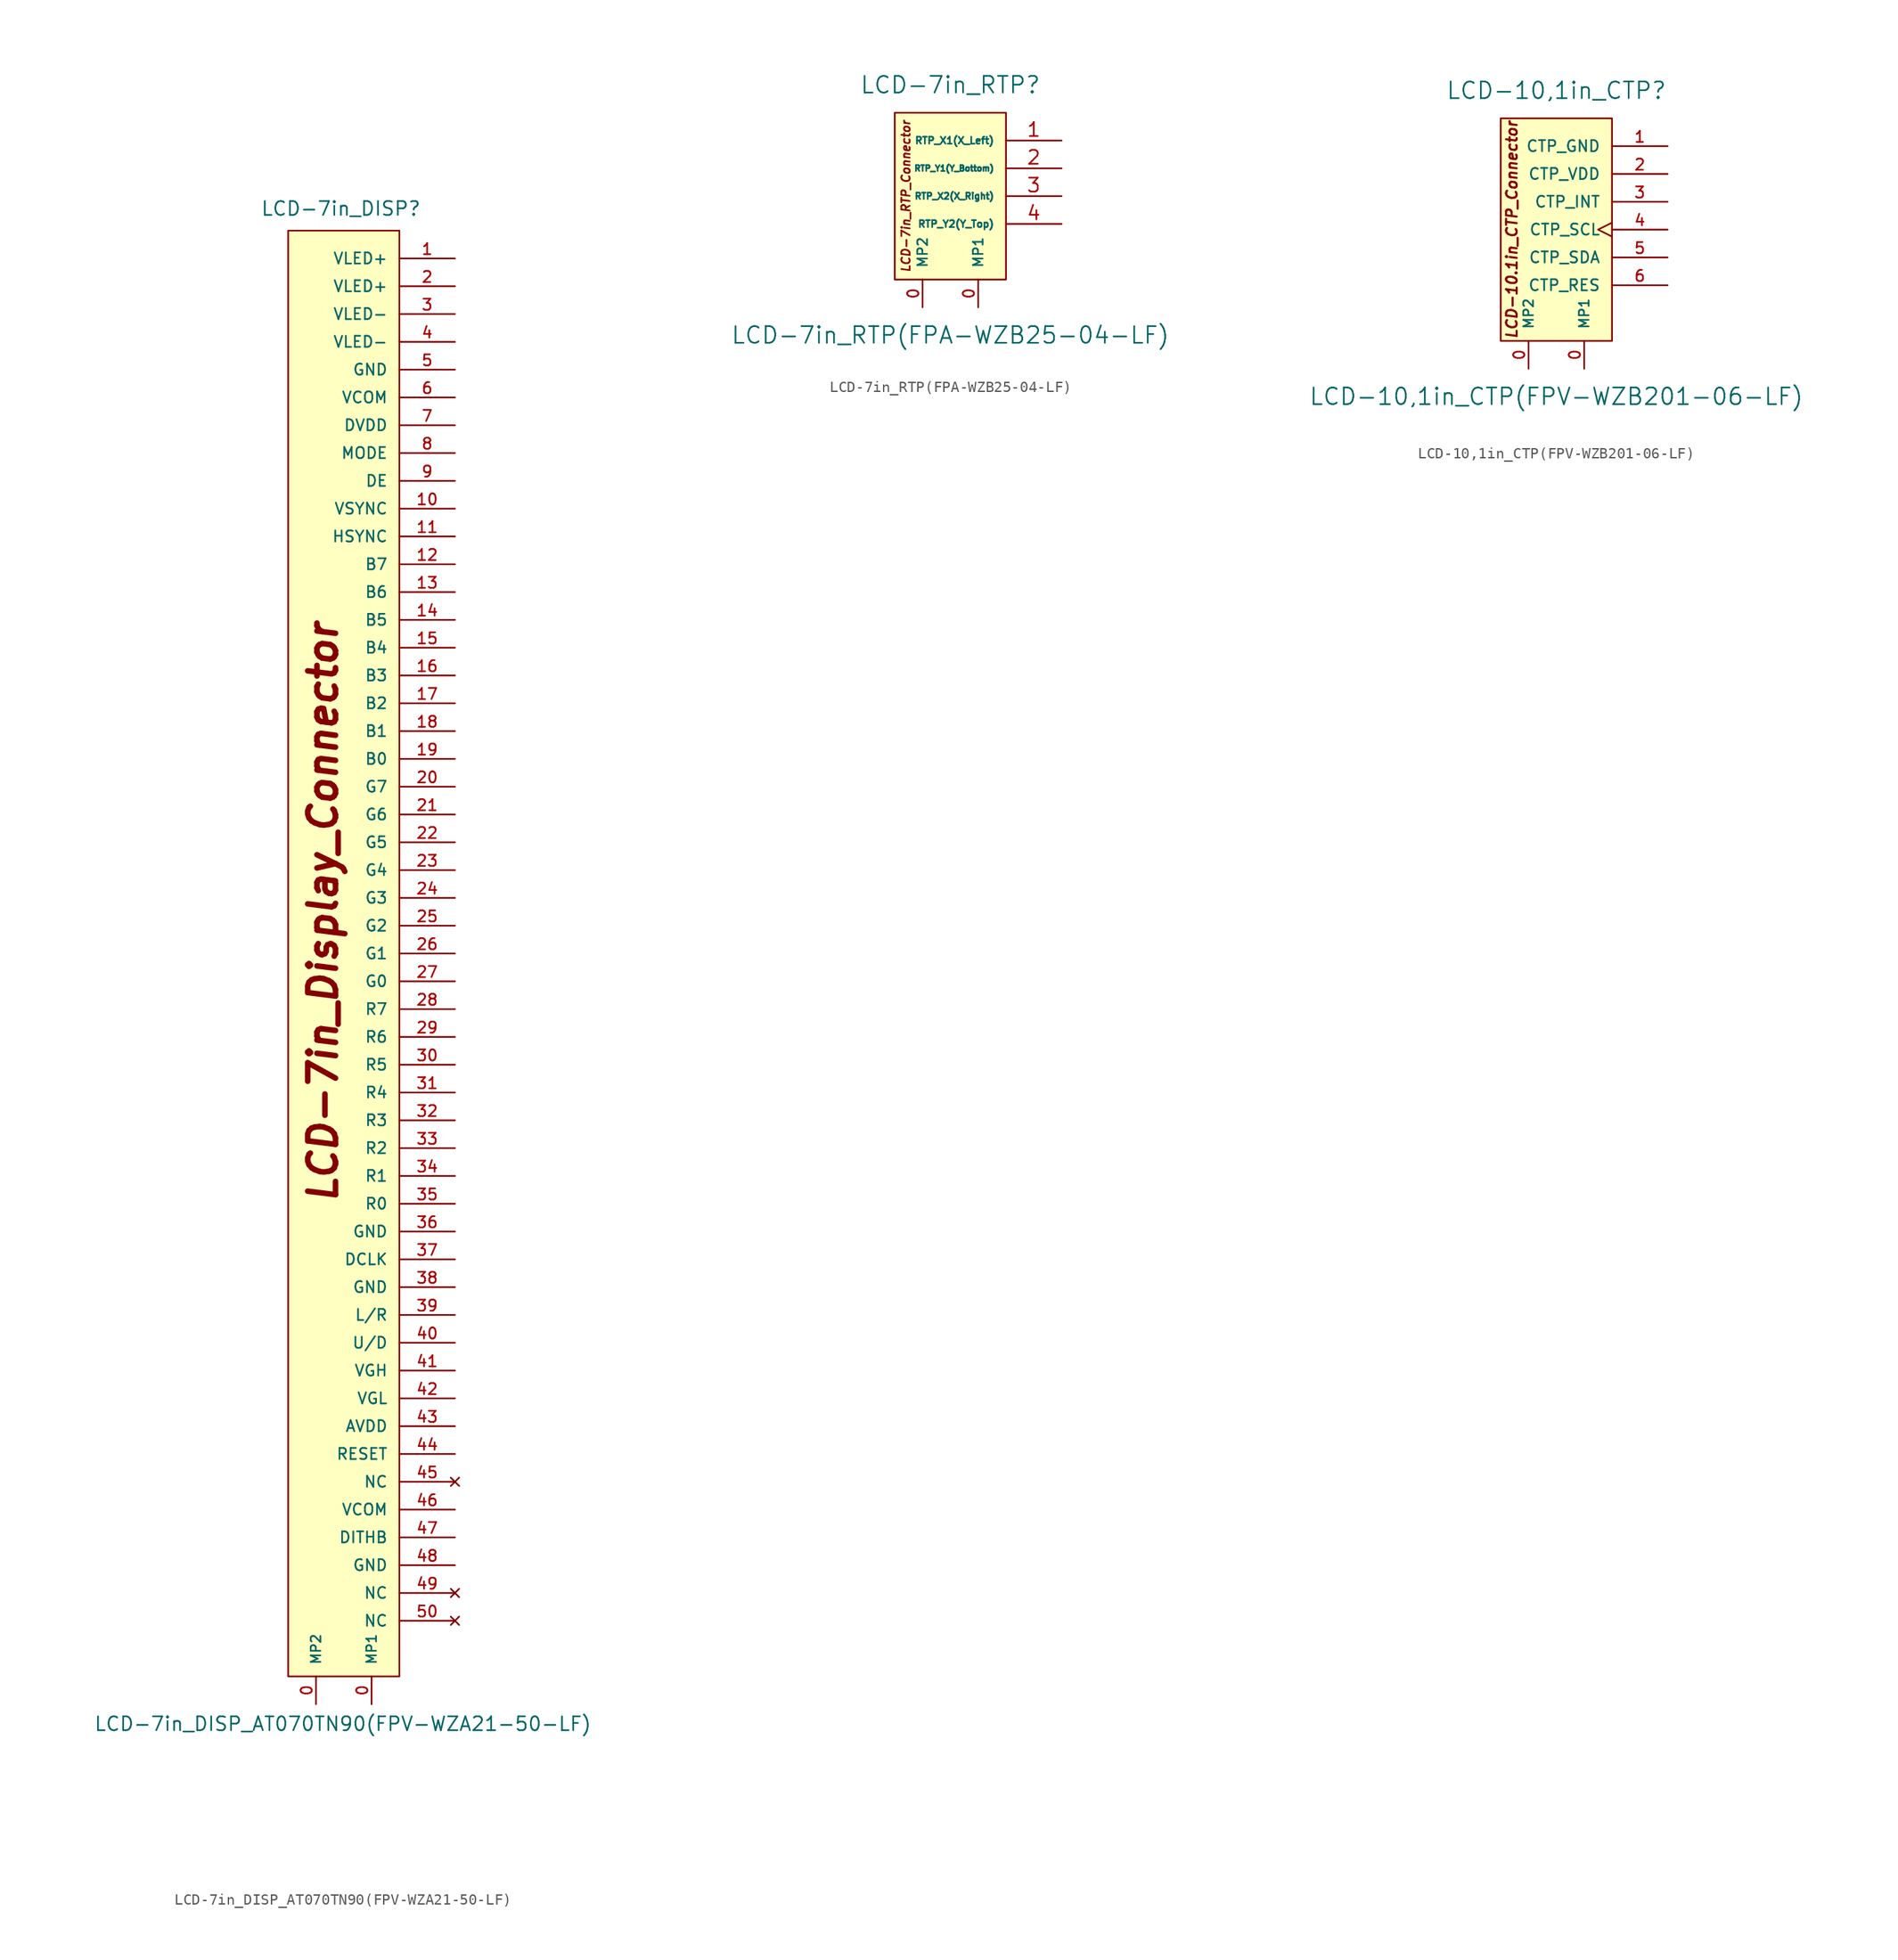
<source format=kicad_sym>
(kicad_symbol_lib
  (version 20220914)
  (generator kicad_symbol_editor)
  (symbol "LCD-7in_DISP_AT070TN90(FPV-WZA21-50-LF)"
    (pin_names
      (offset 1.016))
    (property "Reference" "LCD-7in_DISP"
      (at -7.62 67.31 0)
      (effects (font (size 1.27 1.27)) (justify left bottom)))
    (property "Value" "LCD-7in_DISP_AT070TN90(FPV-WZA21-50-LF)"
      (at -22.86 -71.12 0)
      (effects (font (size 1.27 1.27)) (justify left bottom)))
    (property "ki_locked" ""
      (at 0 0 0)
      (effects (font (size 1.27 1.27))))
    (symbol "LCD-7in_DISP_AT070TN90(FPV-WZA21-50-LF)_0_0"
      (text "LCD-7in_Display_Connector" (at -1.905 3.81 900) (effects (font (size 2.54 2.54) bold italic))))
    (symbol "LCD-7in_DISP_AT070TN90(FPV-WZA21-50-LF)_1_0"
      (rectangle (start 5.08 -66.04) (end -5.08 66.04) (stroke (width 0) (type solid)) (fill (type background))))
    (symbol "LCD-7in_DISP_AT070TN90(FPV-WZA21-50-LF)_1_1"
      (pin passive line (at 2.54 -68.58 90) (length 2.54) (name "MP1" (effects (font (size 0.889 0.889)))) (number "0" (effects (font (size 1.016 1.016)))))
      (pin passive line (at -2.54 -68.58 90) (length 2.54) (name "MP2" (effects (font (size 0.889 0.889)))) (number "0" (effects (font (size 1.016 1.016)))))
      (pin power_in line (at 10.16 63.5 180) (length 5.08) (name "VLED+" (effects (font (size 1.016 1.016)))) (number "1" (effects (font (size 1.016 1.016)))))
      (pin input line (at 10.16 40.64 180) (length 5.08) (name "VSYNC" (effects (font (size 1.016 1.016)))) (number "10" (effects (font (size 1.016 1.016)))))
      (pin input line (at 10.16 38.1 180) (length 5.08) (name "HSYNC" (effects (font (size 1.016 1.016)))) (number "11" (effects (font (size 1.016 1.016)))))
      (pin input line (at 10.16 35.56 180) (length 5.08) (name "B7" (effects (font (size 1.016 1.016)))) (number "12" (effects (font (size 1.016 1.016)))))
      (pin input line (at 10.16 33.02 180) (length 5.08) (name "B6" (effects (font (size 1.016 1.016)))) (number "13" (effects (font (size 1.016 1.016)))))
      (pin input line (at 10.16 30.48 180) (length 5.08) (name "B5" (effects (font (size 1.016 1.016)))) (number "14" (effects (font (size 1.016 1.016)))))
      (pin input line (at 10.16 27.94 180) (length 5.08) (name "B4" (effects (font (size 1.016 1.016)))) (number "15" (effects (font (size 1.016 1.016)))))
      (pin input line (at 10.16 25.4 180) (length 5.08) (name "B3" (effects (font (size 1.016 1.016)))) (number "16" (effects (font (size 1.016 1.016)))))
      (pin input line (at 10.16 22.86 180) (length 5.08) (name "B2" (effects (font (size 1.016 1.016)))) (number "17" (effects (font (size 1.016 1.016)))))
      (pin input line (at 10.16 20.32 180) (length 5.08) (name "B1" (effects (font (size 1.016 1.016)))) (number "18" (effects (font (size 1.016 1.016)))))
      (pin input line (at 10.16 17.78 180) (length 5.08) (name "B0" (effects (font (size 1.016 1.016)))) (number "19" (effects (font (size 1.016 1.016)))))
      (pin power_in line (at 10.16 60.96 180) (length 5.08) (name "VLED+" (effects (font (size 1.016 1.016)))) (number "2" (effects (font (size 1.016 1.016)))))
      (pin input line (at 10.16 15.24 180) (length 5.08) (name "G7" (effects (font (size 1.016 1.016)))) (number "20" (effects (font (size 1.016 1.016)))))
      (pin input line (at 10.16 12.7 180) (length 5.08) (name "G6" (effects (font (size 1.016 1.016)))) (number "21" (effects (font (size 1.016 1.016)))))
      (pin input line (at 10.16 10.16 180) (length 5.08) (name "G5" (effects (font (size 1.016 1.016)))) (number "22" (effects (font (size 1.016 1.016)))))
      (pin input line (at 10.16 7.62 180) (length 5.08) (name "G4" (effects (font (size 1.016 1.016)))) (number "23" (effects (font (size 1.016 1.016)))))
      (pin input line (at 10.16 5.08 180) (length 5.08) (name "G3" (effects (font (size 1.016 1.016)))) (number "24" (effects (font (size 1.016 1.016)))))
      (pin input line (at 10.16 2.54 180) (length 5.08) (name "G2" (effects (font (size 1.016 1.016)))) (number "25" (effects (font (size 1.016 1.016)))))
      (pin input line (at 10.16 0 180) (length 5.08) (name "G1" (effects (font (size 1.016 1.016)))) (number "26" (effects (font (size 1.016 1.016)))))
      (pin input line (at 10.16 -2.54 180) (length 5.08) (name "G0" (effects (font (size 1.016 1.016)))) (number "27" (effects (font (size 1.016 1.016)))))
      (pin input line (at 10.16 -5.08 180) (length 5.08) (name "R7" (effects (font (size 1.016 1.016)))) (number "28" (effects (font (size 1.016 1.016)))))
      (pin input line (at 10.16 -7.62 180) (length 5.08) (name "R6" (effects (font (size 1.016 1.016)))) (number "29" (effects (font (size 1.016 1.016)))))
      (pin power_in line (at 10.16 58.42 180) (length 5.08) (name "VLED-" (effects (font (size 1.016 1.016)))) (number "3" (effects (font (size 1.016 1.016)))))
      (pin input line (at 10.16 -10.16 180) (length 5.08) (name "R5" (effects (font (size 1.016 1.016)))) (number "30" (effects (font (size 1.016 1.016)))))
      (pin input line (at 10.16 -12.7 180) (length 5.08) (name "R4" (effects (font (size 1.016 1.016)))) (number "31" (effects (font (size 1.016 1.016)))))
      (pin input line (at 10.16 -15.24 180) (length 5.08) (name "R3" (effects (font (size 1.016 1.016)))) (number "32" (effects (font (size 1.016 1.016)))))
      (pin input line (at 10.16 -17.78 180) (length 5.08) (name "R2" (effects (font (size 1.016 1.016)))) (number "33" (effects (font (size 1.016 1.016)))))
      (pin input line (at 10.16 -20.32 180) (length 5.08) (name "R1" (effects (font (size 1.016 1.016)))) (number "34" (effects (font (size 1.016 1.016)))))
      (pin input line (at 10.16 -22.86 180) (length 5.08) (name "R0" (effects (font (size 1.016 1.016)))) (number "35" (effects (font (size 1.016 1.016)))))
      (pin power_in line (at 10.16 -25.4 180) (length 5.08) (name "GND" (effects (font (size 1.016 1.016)))) (number "36" (effects (font (size 1.016 1.016)))))
      (pin input line (at 10.16 -27.94 180) (length 5.08) (name "DCLK" (effects (font (size 1.016 1.016)))) (number "37" (effects (font (size 1.016 1.016)))))
      (pin power_in line (at 10.16 -30.48 180) (length 5.08) (name "GND" (effects (font (size 1.016 1.016)))) (number "38" (effects (font (size 1.016 1.016)))))
      (pin input line (at 10.16 -33.02 180) (length 5.08) (name "L/R" (effects (font (size 1.016 1.016)))) (number "39" (effects (font (size 1.016 1.016)))))
      (pin power_in line (at 10.16 55.88 180) (length 5.08) (name "VLED-" (effects (font (size 1.016 1.016)))) (number "4" (effects (font (size 1.016 1.016)))))
      (pin input line (at 10.16 -35.56 180) (length 5.08) (name "U/D" (effects (font (size 1.016 1.016)))) (number "40" (effects (font (size 1.016 1.016)))))
      (pin power_in line (at 10.16 -38.1 180) (length 5.08) (name "VGH" (effects (font (size 1.016 1.016)))) (number "41" (effects (font (size 1.016 1.016)))))
      (pin power_in line (at 10.16 -40.64 180) (length 5.08) (name "VGL" (effects (font (size 1.016 1.016)))) (number "42" (effects (font (size 1.016 1.016)))))
      (pin power_in line (at 10.16 -43.18 180) (length 5.08) (name "AVDD" (effects (font (size 1.016 1.016)))) (number "43" (effects (font (size 1.016 1.016)))))
      (pin input line (at 10.16 -45.72 180) (length 5.08) (name "RESET" (effects (font (size 1.016 1.016)))) (number "44" (effects (font (size 1.016 1.016)))))
      (pin no_connect line (at 10.16 -48.26 180) (length 5.08) (name "NC" (effects (font (size 1.016 1.016)))) (number "45" (effects (font (size 1.016 1.016)))))
      (pin power_in line (at 10.16 -50.8 180) (length 5.08) (name "VCOM" (effects (font (size 1.016 1.016)))) (number "46" (effects (font (size 1.016 1.016)))))
      (pin input line (at 10.16 -53.34 180) (length 5.08) (name "DITHB" (effects (font (size 1.016 1.016)))) (number "47" (effects (font (size 1.016 1.016)))))
      (pin power_in line (at 10.16 -55.88 180) (length 5.08) (name "GND" (effects (font (size 1.016 1.016)))) (number "48" (effects (font (size 1.016 1.016)))))
      (pin no_connect line (at 10.16 -58.42 180) (length 5.08) (name "NC" (effects (font (size 1.016 1.016)))) (number "49" (effects (font (size 1.016 1.016)))))
      (pin power_in line (at 10.16 53.34 180) (length 5.08) (name "GND" (effects (font (size 1.016 1.016)))) (number "5" (effects (font (size 1.016 1.016)))))
      (pin no_connect line (at 10.16 -60.96 180) (length 5.08) (name "NC" (effects (font (size 1.016 1.016)))) (number "50" (effects (font (size 1.016 1.016)))))
      (pin power_in line (at 10.16 50.8 180) (length 5.08) (name "VCOM" (effects (font (size 1.016 1.016)))) (number "6" (effects (font (size 1.016 1.016)))))
      (pin power_in line (at 10.16 48.26 180) (length 5.08) (name "DVDD" (effects (font (size 1.016 1.016)))) (number "7" (effects (font (size 1.016 1.016)))))
      (pin input line (at 10.16 45.72 180) (length 5.08) (name "MODE" (effects (font (size 1.016 1.016)))) (number "8" (effects (font (size 1.016 1.016)))))
      (pin input line (at 10.16 43.18 180) (length 5.08) (name "DE" (effects (font (size 1.016 1.016)))) (number "9" (effects (font (size 1.016 1.016)))))))
  (symbol "LCD-7in_RTP(FPA-WZB25-04-LF)"
    (pin_names
      (offset 1.016))
    (property "Reference" "LCD-7in_RTP"
      (at 0 10.16 0)
      (effects (font (size 1.524 1.524))))
    (property "Value" "LCD-7in_RTP(FPA-WZB25-04-LF)"
      (at 0 -12.7 0)
      (effects (font (size 1.524 1.524))))
    (symbol "LCD-7in_RTP(FPA-WZB25-04-LF)_0_1"
      (rectangle (start -5.08 7.62) (end 5.08 -7.62) (stroke (width 0) (type solid)) (fill (type background))))
    (symbol "LCD-7in_RTP(FPA-WZB25-04-LF)_1_0"
      (text "LCD-7in_RTP_Connector" (at -4.064 0 900) (effects (font (size 0.762 0.762) bold italic))))
    (symbol "LCD-7in_RTP(FPA-WZB25-04-LF)_1_1"
      (pin passive line (at 2.54 -10.16 90) (length 2.54) (name "MP1" (effects (font (size 0.889 0.889)))) (number "0" (effects (font (size 1.016 1.016)))))
      (pin passive line (at -2.54 -10.16 90) (length 2.54) (name "MP2" (effects (font (size 0.889 0.889)))) (number "0" (effects (font (size 1.016 1.016)))))
      (pin input line (at 10.16 5.08 180) (length 5.08) (name "RTP_X1(X_Left)" (effects (font (size 0.635 0.635)))) (number "1" (effects (font (size 1.27 1.27)))))
      (pin input line (at 10.16 2.54 180) (length 5.08) (name "RTP_Y1(Y_Bottom)" (effects (font (size 0.533 0.533)))) (number "2" (effects (font (size 1.27 1.27)))))
      (pin input line (at 10.16 0 180) (length 5.08) (name "RTP_X2(X_Right)" (effects (font (size 0.584 0.584)))) (number "3" (effects (font (size 1.27 1.27)))))
      (pin input line (at 10.16 -2.54 180) (length 5.08) (name "RTP_Y2(Y_Top)" (effects (font (size 0.635 0.635)))) (number "4" (effects (font (size 1.27 1.27)))))))
  (symbol "LCD-10,1in_CTP(FPV-WZB201-06-LF)"
    (pin_names
      (offset 1.016))
    (property "Reference" "LCD-10,1in_CTP"
      (at 0 12.7 0)
      (effects (font (size 1.524 1.524))))
    (property "Value" "LCD-10,1in_CTP(FPV-WZB201-06-LF)"
      (at 0 -15.24 0)
      (effects (font (size 1.524 1.524))))
    (symbol "LCD-10,1in_CTP(FPV-WZB201-06-LF)_1_0"
      (rectangle (start 5.08 10.16) (end -5.08 -10.16) (stroke (width 0) (type solid)) (fill (type background)))
      (text "LCD-10.1in_CTP_Connector" (at -4.064 0 900) (effects (font (size 0.965 0.965) bold italic))))
    (symbol "LCD-10,1in_CTP(FPV-WZB201-06-LF)_1_1"
      (pin passive line (at 2.54 -12.7 90) (length 2.54) (name "MP1" (effects (font (size 0.889 0.889)))) (number "0" (effects (font (size 1.016 1.016)))))
      (pin passive line (at -2.54 -12.7 90) (length 2.54) (name "MP2" (effects (font (size 0.889 0.889)))) (number "0" (effects (font (size 1.016 1.016)))))
      (pin power_in line (at 10.16 7.62 180) (length 5.08) (name "CTP_GND" (effects (font (size 1.016 1.016)))) (number "1" (effects (font (size 1.016 1.016)))))
      (pin power_in line (at 10.16 5.08 180) (length 5.08) (name "CTP_VDD" (effects (font (size 1.016 1.016)))) (number "2" (effects (font (size 1.016 1.016)))))
      (pin bidirectional line (at 10.16 2.54 180) (length 5.08) (name "CTP_INT" (effects (font (size 1.016 1.016)))) (number "3" (effects (font (size 1.016 1.016)))))
      (pin input clock (at 10.16 0 180) (length 5.08) (name "CTP_SCL" (effects (font (size 1.016 1.016)))) (number "4" (effects (font (size 1.016 1.016)))))
      (pin bidirectional line (at 10.16 -2.54 180) (length 5.08) (name "CTP_SDA" (effects (font (size 1.016 1.016)))) (number "5" (effects (font (size 1.016 1.016)))))
      (pin input line (at 10.16 -5.08 180) (length 5.08) (name "CTP_RES" (effects (font (size 1.016 1.016)))) (number "6" (effects (font (size 1.016 1.016))))))))
</source>
